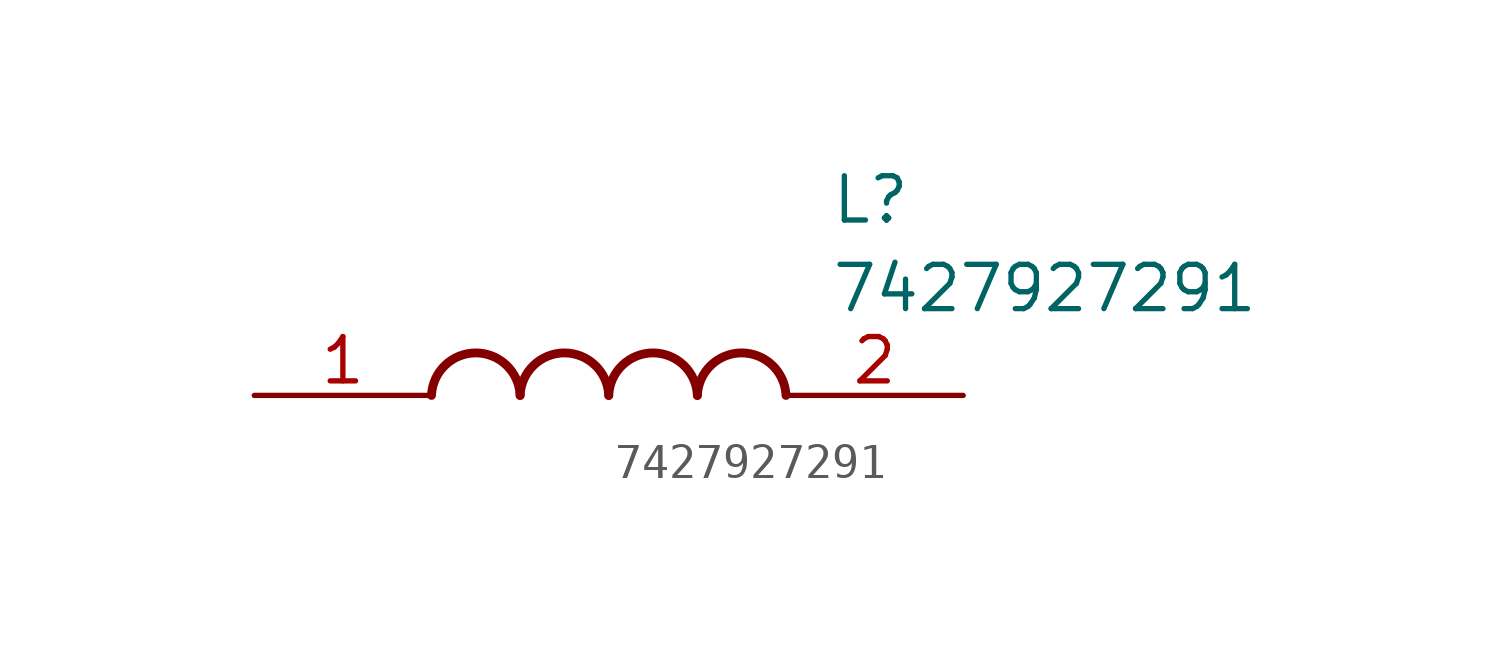
<source format=kicad_sym>
(kicad_symbol_lib
  (version 20211014)
  (generator SamacSys_ECAD_Model)
  (symbol "7427927291"
    (pin_names hide)
    (property "Reference" "L"
      (at 16.51 6.35 0)
      (effects (font (size 1.27 1.27)) (justify left top)))
    (property "Value" "7427927291"
      (at 16.51 3.81 0)
      (effects (font (size 1.27 1.27)) (justify left top)))
    (arc
      (start 7.62 0)
      (mid 6.35 1.219)
      (end 5.08 0)
      (stroke (width 0.254) (type default))
      (fill (type none)))
    (arc
      (start 10.16 0)
      (mid 8.89 1.219)
      (end 7.62 0)
      (stroke (width 0.254) (type default))
      (fill (type none)))
    (arc
      (start 12.7 0)
      (mid 11.43 1.219)
      (end 10.16 0)
      (stroke (width 0.254) (type default))
      (fill (type none)))
    (arc
      (start 15.24 0)
      (mid 13.97 1.219)
      (end 12.7 0)
      (stroke (width 0.254) (type default))
      (fill (type none)))
    (pin passive line
      (at 0 0 0)
      (length 5.08)
      (name "1" (effects (font (size 1.27 1.27))))
      (number "1" (effects (font (size 1.27 1.27)))))
    (pin passive line
      (at 20.32 0 180)
      (length 5.08)
      (name "2" (effects (font (size 1.27 1.27))))
      (number "2" (effects (font (size 1.27 1.27)))))))
</source>
